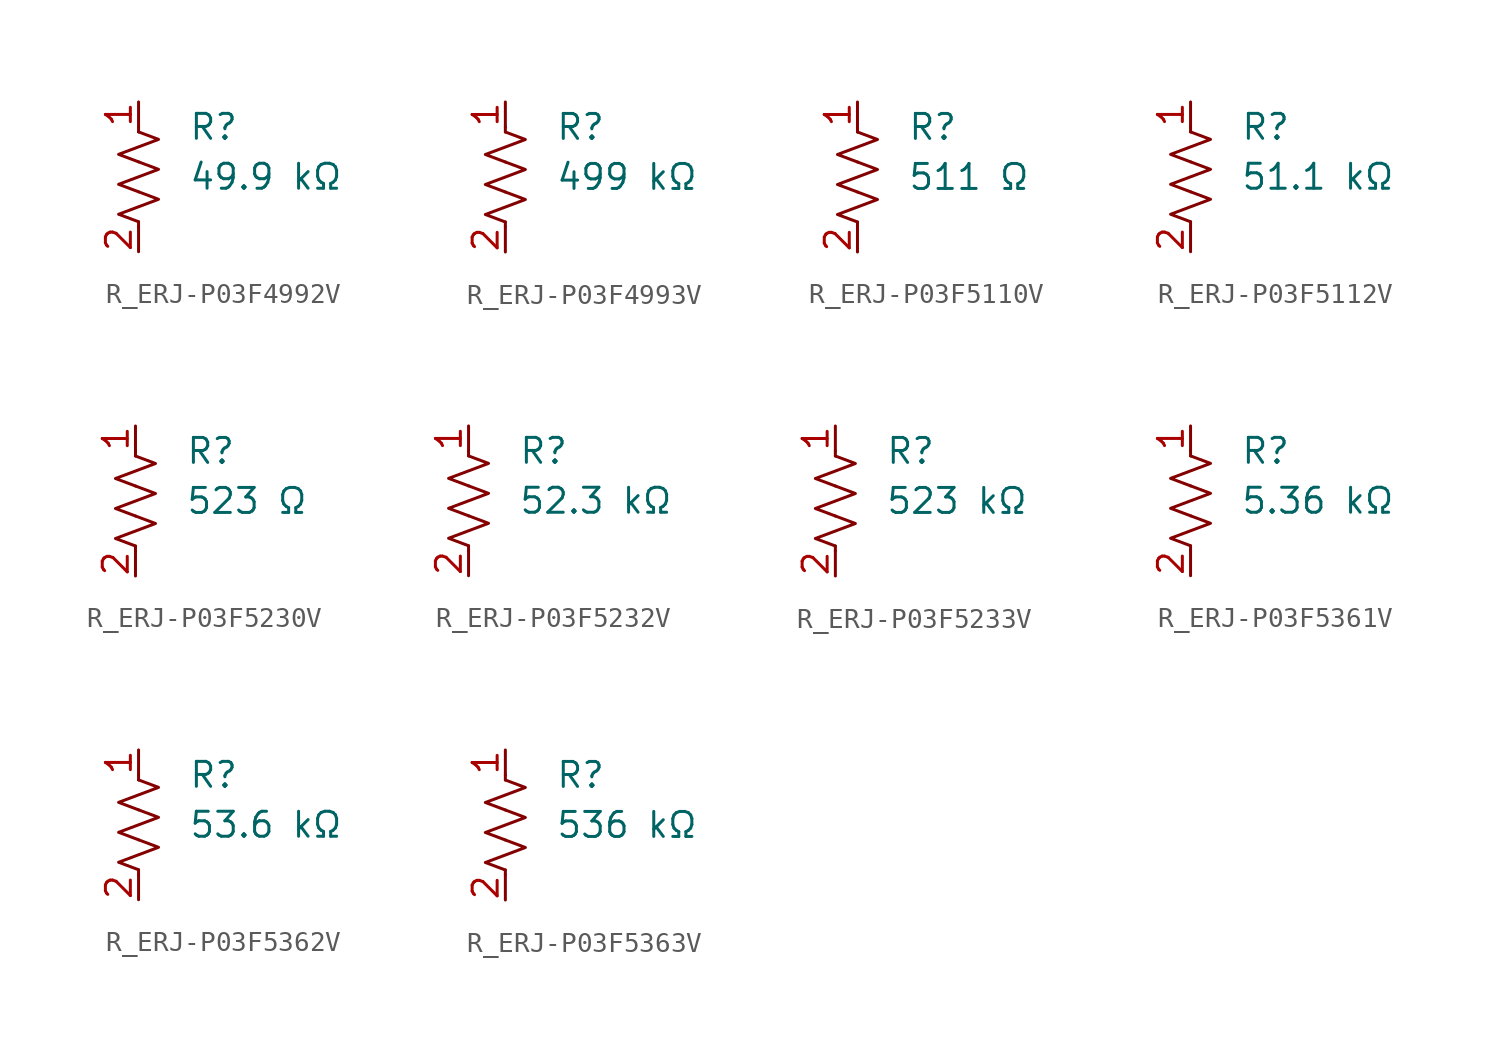
<source format=kicad_sym>
(kicad_symbol_lib
  (version 20231120)
  (generator "kicad_symbol_editor")
  (generator_version "8.0")
  (symbol "R_ERJ-P03F4992V"
    (pin_names
      (offset 0.254))
    (property "Value" "49.9 kΩ"
      (at 2.54 0 0)
      (effects (font (size 1.27 1.27)) (justify left)))
    (property "Reference" "R"
      (at 2.54 2.54 0)
      (effects (font (size 1.27 1.27)) (justify left)))
    (symbol "R_ERJ-P03F4992V_0_1"
      (polyline (pts (xy 0 -2.286) (xy 0 -2.54)) (stroke (width 0) (type default)) (fill (type none)))
      (polyline (pts (xy 0 2.286) (xy 0 2.54)) (stroke (width 0) (type default)) (fill (type none)))
      (polyline (pts (xy 0 -0.762) (xy 1.016 -1.143) (xy 0 -1.524) (xy -1.016 -1.905) (xy 0 -2.286)) (stroke (width 0) (type default)) (fill (type none)))
      (polyline (pts (xy 0 0.762) (xy 1.016 0.381) (xy 0 0) (xy -1.016 -0.381) (xy 0 -0.762)) (stroke (width 0) (type default)) (fill (type none)))
      (polyline (pts (xy 0 2.286) (xy 1.016 1.905) (xy 0 1.524) (xy -1.016 1.143) (xy 0 0.762)) (stroke (width 0) (type default)) (fill (type none))))
    (symbol "R_ERJ-P03F4992V_1_1"
      (pin passive line (at 0 3.81 270) (length 1.27) (name "~" (effects (font (size 1.27 1.27)))) (number "1" (effects (font (size 1.27 1.27)))))
      (pin passive line (at 0 -3.81 90) (length 1.27) (name "~" (effects (font (size 1.27 1.27)))) (number "2" (effects (font (size 1.27 1.27)))))))
  (symbol "R_ERJ-P03F4993V"
    (pin_names
      (offset 0.254))
    (property "Value" "499 kΩ"
      (at 2.54 0 0)
      (effects (font (size 1.27 1.27)) (justify left)))
    (property "Reference" "R"
      (at 2.54 2.54 0)
      (effects (font (size 1.27 1.27)) (justify left)))
    (symbol "R_ERJ-P03F4993V_0_1"
      (polyline (pts (xy 0 -2.286) (xy 0 -2.54)) (stroke (width 0) (type default)) (fill (type none)))
      (polyline (pts (xy 0 2.286) (xy 0 2.54)) (stroke (width 0) (type default)) (fill (type none)))
      (polyline (pts (xy 0 -0.762) (xy 1.016 -1.143) (xy 0 -1.524) (xy -1.016 -1.905) (xy 0 -2.286)) (stroke (width 0) (type default)) (fill (type none)))
      (polyline (pts (xy 0 0.762) (xy 1.016 0.381) (xy 0 0) (xy -1.016 -0.381) (xy 0 -0.762)) (stroke (width 0) (type default)) (fill (type none)))
      (polyline (pts (xy 0 2.286) (xy 1.016 1.905) (xy 0 1.524) (xy -1.016 1.143) (xy 0 0.762)) (stroke (width 0) (type default)) (fill (type none))))
    (symbol "R_ERJ-P03F4993V_1_1"
      (pin passive line (at 0 3.81 270) (length 1.27) (name "~" (effects (font (size 1.27 1.27)))) (number "1" (effects (font (size 1.27 1.27)))))
      (pin passive line (at 0 -3.81 90) (length 1.27) (name "~" (effects (font (size 1.27 1.27)))) (number "2" (effects (font (size 1.27 1.27)))))))
  (symbol "R_ERJ-P03F5110V"
    (pin_names
      (offset 0.254))
    (property "Value" "511 Ω"
      (at 2.54 0 0)
      (effects (font (size 1.27 1.27)) (justify left)))
    (property "Reference" "R"
      (at 2.54 2.54 0)
      (effects (font (size 1.27 1.27)) (justify left)))
    (symbol "R_ERJ-P03F5110V_0_1"
      (polyline (pts (xy 0 -2.286) (xy 0 -2.54)) (stroke (width 0) (type default)) (fill (type none)))
      (polyline (pts (xy 0 2.286) (xy 0 2.54)) (stroke (width 0) (type default)) (fill (type none)))
      (polyline (pts (xy 0 -0.762) (xy 1.016 -1.143) (xy 0 -1.524) (xy -1.016 -1.905) (xy 0 -2.286)) (stroke (width 0) (type default)) (fill (type none)))
      (polyline (pts (xy 0 0.762) (xy 1.016 0.381) (xy 0 0) (xy -1.016 -0.381) (xy 0 -0.762)) (stroke (width 0) (type default)) (fill (type none)))
      (polyline (pts (xy 0 2.286) (xy 1.016 1.905) (xy 0 1.524) (xy -1.016 1.143) (xy 0 0.762)) (stroke (width 0) (type default)) (fill (type none))))
    (symbol "R_ERJ-P03F5110V_1_1"
      (pin passive line (at 0 3.81 270) (length 1.27) (name "~" (effects (font (size 1.27 1.27)))) (number "1" (effects (font (size 1.27 1.27)))))
      (pin passive line (at 0 -3.81 90) (length 1.27) (name "~" (effects (font (size 1.27 1.27)))) (number "2" (effects (font (size 1.27 1.27)))))))
  (symbol "R_ERJ-P03F5112V"
    (pin_names
      (offset 0.254))
    (property "Value" "51.1 kΩ"
      (at 2.54 0 0)
      (effects (font (size 1.27 1.27)) (justify left)))
    (property "Reference" "R"
      (at 2.54 2.54 0)
      (effects (font (size 1.27 1.27)) (justify left)))
    (symbol "R_ERJ-P03F5112V_0_1"
      (polyline (pts (xy 0 -2.286) (xy 0 -2.54)) (stroke (width 0) (type default)) (fill (type none)))
      (polyline (pts (xy 0 2.286) (xy 0 2.54)) (stroke (width 0) (type default)) (fill (type none)))
      (polyline (pts (xy 0 -0.762) (xy 1.016 -1.143) (xy 0 -1.524) (xy -1.016 -1.905) (xy 0 -2.286)) (stroke (width 0) (type default)) (fill (type none)))
      (polyline (pts (xy 0 0.762) (xy 1.016 0.381) (xy 0 0) (xy -1.016 -0.381) (xy 0 -0.762)) (stroke (width 0) (type default)) (fill (type none)))
      (polyline (pts (xy 0 2.286) (xy 1.016 1.905) (xy 0 1.524) (xy -1.016 1.143) (xy 0 0.762)) (stroke (width 0) (type default)) (fill (type none))))
    (symbol "R_ERJ-P03F5112V_1_1"
      (pin passive line (at 0 3.81 270) (length 1.27) (name "~" (effects (font (size 1.27 1.27)))) (number "1" (effects (font (size 1.27 1.27)))))
      (pin passive line (at 0 -3.81 90) (length 1.27) (name "~" (effects (font (size 1.27 1.27)))) (number "2" (effects (font (size 1.27 1.27)))))))
  (symbol "R_ERJ-P03F5230V"
    (pin_names
      (offset 0.254))
    (property "Value" "523 Ω"
      (at 2.54 0 0)
      (effects (font (size 1.27 1.27)) (justify left)))
    (property "Reference" "R"
      (at 2.54 2.54 0)
      (effects (font (size 1.27 1.27)) (justify left)))
    (symbol "R_ERJ-P03F5230V_0_1"
      (polyline (pts (xy 0 -2.286) (xy 0 -2.54)) (stroke (width 0) (type default)) (fill (type none)))
      (polyline (pts (xy 0 2.286) (xy 0 2.54)) (stroke (width 0) (type default)) (fill (type none)))
      (polyline (pts (xy 0 -0.762) (xy 1.016 -1.143) (xy 0 -1.524) (xy -1.016 -1.905) (xy 0 -2.286)) (stroke (width 0) (type default)) (fill (type none)))
      (polyline (pts (xy 0 0.762) (xy 1.016 0.381) (xy 0 0) (xy -1.016 -0.381) (xy 0 -0.762)) (stroke (width 0) (type default)) (fill (type none)))
      (polyline (pts (xy 0 2.286) (xy 1.016 1.905) (xy 0 1.524) (xy -1.016 1.143) (xy 0 0.762)) (stroke (width 0) (type default)) (fill (type none))))
    (symbol "R_ERJ-P03F5230V_1_1"
      (pin passive line (at 0 3.81 270) (length 1.27) (name "~" (effects (font (size 1.27 1.27)))) (number "1" (effects (font (size 1.27 1.27)))))
      (pin passive line (at 0 -3.81 90) (length 1.27) (name "~" (effects (font (size 1.27 1.27)))) (number "2" (effects (font (size 1.27 1.27)))))))
  (symbol "R_ERJ-P03F5232V"
    (pin_names
      (offset 0.254))
    (property "Value" "52.3 kΩ"
      (at 2.54 0 0)
      (effects (font (size 1.27 1.27)) (justify left)))
    (property "Reference" "R"
      (at 2.54 2.54 0)
      (effects (font (size 1.27 1.27)) (justify left)))
    (symbol "R_ERJ-P03F5232V_0_1"
      (polyline (pts (xy 0 -2.286) (xy 0 -2.54)) (stroke (width 0) (type default)) (fill (type none)))
      (polyline (pts (xy 0 2.286) (xy 0 2.54)) (stroke (width 0) (type default)) (fill (type none)))
      (polyline (pts (xy 0 -0.762) (xy 1.016 -1.143) (xy 0 -1.524) (xy -1.016 -1.905) (xy 0 -2.286)) (stroke (width 0) (type default)) (fill (type none)))
      (polyline (pts (xy 0 0.762) (xy 1.016 0.381) (xy 0 0) (xy -1.016 -0.381) (xy 0 -0.762)) (stroke (width 0) (type default)) (fill (type none)))
      (polyline (pts (xy 0 2.286) (xy 1.016 1.905) (xy 0 1.524) (xy -1.016 1.143) (xy 0 0.762)) (stroke (width 0) (type default)) (fill (type none))))
    (symbol "R_ERJ-P03F5232V_1_1"
      (pin passive line (at 0 3.81 270) (length 1.27) (name "~" (effects (font (size 1.27 1.27)))) (number "1" (effects (font (size 1.27 1.27)))))
      (pin passive line (at 0 -3.81 90) (length 1.27) (name "~" (effects (font (size 1.27 1.27)))) (number "2" (effects (font (size 1.27 1.27)))))))
  (symbol "R_ERJ-P03F5233V"
    (pin_names
      (offset 0.254))
    (property "Value" "523 kΩ"
      (at 2.54 0 0)
      (effects (font (size 1.27 1.27)) (justify left)))
    (property "Reference" "R"
      (at 2.54 2.54 0)
      (effects (font (size 1.27 1.27)) (justify left)))
    (symbol "R_ERJ-P03F5233V_0_1"
      (polyline (pts (xy 0 -2.286) (xy 0 -2.54)) (stroke (width 0) (type default)) (fill (type none)))
      (polyline (pts (xy 0 2.286) (xy 0 2.54)) (stroke (width 0) (type default)) (fill (type none)))
      (polyline (pts (xy 0 -0.762) (xy 1.016 -1.143) (xy 0 -1.524) (xy -1.016 -1.905) (xy 0 -2.286)) (stroke (width 0) (type default)) (fill (type none)))
      (polyline (pts (xy 0 0.762) (xy 1.016 0.381) (xy 0 0) (xy -1.016 -0.381) (xy 0 -0.762)) (stroke (width 0) (type default)) (fill (type none)))
      (polyline (pts (xy 0 2.286) (xy 1.016 1.905) (xy 0 1.524) (xy -1.016 1.143) (xy 0 0.762)) (stroke (width 0) (type default)) (fill (type none))))
    (symbol "R_ERJ-P03F5233V_1_1"
      (pin passive line (at 0 3.81 270) (length 1.27) (name "~" (effects (font (size 1.27 1.27)))) (number "1" (effects (font (size 1.27 1.27)))))
      (pin passive line (at 0 -3.81 90) (length 1.27) (name "~" (effects (font (size 1.27 1.27)))) (number "2" (effects (font (size 1.27 1.27)))))))
  (symbol "R_ERJ-P03F5361V"
    (pin_names
      (offset 0.254))
    (property "Value" "5.36 kΩ"
      (at 2.54 0 0)
      (effects (font (size 1.27 1.27)) (justify left)))
    (property "Reference" "R"
      (at 2.54 2.54 0)
      (effects (font (size 1.27 1.27)) (justify left)))
    (symbol "R_ERJ-P03F5361V_0_1"
      (polyline (pts (xy 0 -2.286) (xy 0 -2.54)) (stroke (width 0) (type default)) (fill (type none)))
      (polyline (pts (xy 0 2.286) (xy 0 2.54)) (stroke (width 0) (type default)) (fill (type none)))
      (polyline (pts (xy 0 -0.762) (xy 1.016 -1.143) (xy 0 -1.524) (xy -1.016 -1.905) (xy 0 -2.286)) (stroke (width 0) (type default)) (fill (type none)))
      (polyline (pts (xy 0 0.762) (xy 1.016 0.381) (xy 0 0) (xy -1.016 -0.381) (xy 0 -0.762)) (stroke (width 0) (type default)) (fill (type none)))
      (polyline (pts (xy 0 2.286) (xy 1.016 1.905) (xy 0 1.524) (xy -1.016 1.143) (xy 0 0.762)) (stroke (width 0) (type default)) (fill (type none))))
    (symbol "R_ERJ-P03F5361V_1_1"
      (pin passive line (at 0 3.81 270) (length 1.27) (name "~" (effects (font (size 1.27 1.27)))) (number "1" (effects (font (size 1.27 1.27)))))
      (pin passive line (at 0 -3.81 90) (length 1.27) (name "~" (effects (font (size 1.27 1.27)))) (number "2" (effects (font (size 1.27 1.27)))))))
  (symbol "R_ERJ-P03F5362V"
    (pin_names
      (offset 0.254))
    (property "Value" "53.6 kΩ"
      (at 2.54 0 0)
      (effects (font (size 1.27 1.27)) (justify left)))
    (property "Reference" "R"
      (at 2.54 2.54 0)
      (effects (font (size 1.27 1.27)) (justify left)))
    (symbol "R_ERJ-P03F5362V_0_1"
      (polyline (pts (xy 0 -2.286) (xy 0 -2.54)) (stroke (width 0) (type default)) (fill (type none)))
      (polyline (pts (xy 0 2.286) (xy 0 2.54)) (stroke (width 0) (type default)) (fill (type none)))
      (polyline (pts (xy 0 -0.762) (xy 1.016 -1.143) (xy 0 -1.524) (xy -1.016 -1.905) (xy 0 -2.286)) (stroke (width 0) (type default)) (fill (type none)))
      (polyline (pts (xy 0 0.762) (xy 1.016 0.381) (xy 0 0) (xy -1.016 -0.381) (xy 0 -0.762)) (stroke (width 0) (type default)) (fill (type none)))
      (polyline (pts (xy 0 2.286) (xy 1.016 1.905) (xy 0 1.524) (xy -1.016 1.143) (xy 0 0.762)) (stroke (width 0) (type default)) (fill (type none))))
    (symbol "R_ERJ-P03F5362V_1_1"
      (pin passive line (at 0 3.81 270) (length 1.27) (name "~" (effects (font (size 1.27 1.27)))) (number "1" (effects (font (size 1.27 1.27)))))
      (pin passive line (at 0 -3.81 90) (length 1.27) (name "~" (effects (font (size 1.27 1.27)))) (number "2" (effects (font (size 1.27 1.27)))))))
  (symbol "R_ERJ-P03F5363V"
    (pin_names
      (offset 0.254))
    (property "Value" "536 kΩ"
      (at 2.54 0 0)
      (effects (font (size 1.27 1.27)) (justify left)))
    (property "Reference" "R"
      (at 2.54 2.54 0)
      (effects (font (size 1.27 1.27)) (justify left)))
    (symbol "R_ERJ-P03F5363V_0_1"
      (polyline (pts (xy 0 -2.286) (xy 0 -2.54)) (stroke (width 0) (type default)) (fill (type none)))
      (polyline (pts (xy 0 2.286) (xy 0 2.54)) (stroke (width 0) (type default)) (fill (type none)))
      (polyline (pts (xy 0 -0.762) (xy 1.016 -1.143) (xy 0 -1.524) (xy -1.016 -1.905) (xy 0 -2.286)) (stroke (width 0) (type default)) (fill (type none)))
      (polyline (pts (xy 0 0.762) (xy 1.016 0.381) (xy 0 0) (xy -1.016 -0.381) (xy 0 -0.762)) (stroke (width 0) (type default)) (fill (type none)))
      (polyline (pts (xy 0 2.286) (xy 1.016 1.905) (xy 0 1.524) (xy -1.016 1.143) (xy 0 0.762)) (stroke (width 0) (type default)) (fill (type none))))
    (symbol "R_ERJ-P03F5363V_1_1"
      (pin passive line (at 0 3.81 270) (length 1.27) (name "~" (effects (font (size 1.27 1.27)))) (number "1" (effects (font (size 1.27 1.27)))))
      (pin passive line (at 0 -3.81 90) (length 1.27) (name "~" (effects (font (size 1.27 1.27)))) (number "2" (effects (font (size 1.27 1.27))))))))
</source>
